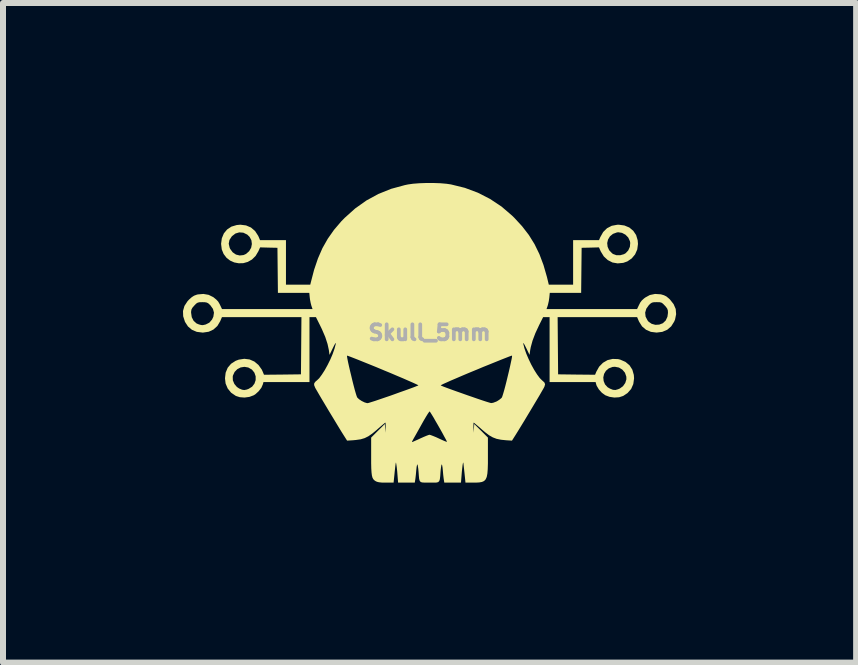
<source format=kicad_pcb>
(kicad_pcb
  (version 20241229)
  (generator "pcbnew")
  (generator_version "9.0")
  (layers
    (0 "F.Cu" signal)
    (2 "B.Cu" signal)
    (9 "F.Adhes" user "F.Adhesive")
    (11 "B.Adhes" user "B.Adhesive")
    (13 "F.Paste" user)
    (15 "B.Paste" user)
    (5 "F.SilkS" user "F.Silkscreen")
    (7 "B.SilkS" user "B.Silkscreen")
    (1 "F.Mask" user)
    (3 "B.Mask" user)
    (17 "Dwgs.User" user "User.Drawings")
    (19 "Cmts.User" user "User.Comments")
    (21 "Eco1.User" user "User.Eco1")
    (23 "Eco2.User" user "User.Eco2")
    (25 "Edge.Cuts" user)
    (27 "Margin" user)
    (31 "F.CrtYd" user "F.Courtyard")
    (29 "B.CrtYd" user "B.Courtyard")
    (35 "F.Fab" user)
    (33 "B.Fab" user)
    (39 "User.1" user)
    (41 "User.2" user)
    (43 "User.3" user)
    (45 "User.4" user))
  (footprint "Skull_5mm"
    (layer "F.Cu")
    (at 4.109 2.493)
    (property "Reference" "Skull_5mm" (at 0 0 0) (layer "F.Fab") (effects (font (size 0.25 0.25) (thickness 0.3))))
    (attr board_only exclude_from_pos_files exclude_from_bom)
    (fp_poly (pts (xy 0.066 -2.493) (xy 0.181 -2.489) (xy 0.284 -2.48) (xy 0.358 -2.469) (xy 0.589 -2.412) (xy 0.806 -2.331) (xy 1.009 -2.227) (xy 1.199 -2.101) (xy 1.375 -1.95) (xy 1.413 -1.913) (xy 1.543 -1.772) (xy 1.655 -1.627) (xy 1.75 -1.474) (xy 1.831 -1.308) (xy 1.899 -1.127) (xy 1.957 -0.926) (xy 1.979 -0.835) (xy 1.988 -0.798) (xy 2.393 -0.798) (xy 2.393 -1.492) (xy 2.961 -1.492) (xy 2.968 -1.43) (xy 2.994 -1.372) (xy 3.042 -1.322) (xy 3.058 -1.31) (xy 3.113 -1.29) (xy 3.177 -1.289) (xy 3.239 -1.306) (xy 3.269 -1.323) (xy 3.312 -1.369) (xy 3.339 -1.429) (xy 3.345 -1.494) (xy 3.34 -1.523) (xy 3.312 -1.584) (xy 3.266 -1.631) (xy 3.208 -1.662) (xy 3.145 -1.672) (xy 3.123 -1.669) (xy 3.057 -1.645) (xy 3.007 -1.604) (xy 2.975 -1.551) (xy 2.961 -1.492) (xy 2.393 -1.492) (xy 2.393 -1.541) (xy 2.825 -1.541) (xy 2.846 -1.591) (xy 2.894 -1.676) (xy 2.958 -1.739) (xy 3.037 -1.78) (xy 3.129 -1.797) (xy 3.153 -1.798) (xy 3.248 -1.785) (xy 3.33 -1.751) (xy 3.395 -1.697) (xy 3.443 -1.626) (xy 3.469 -1.539) (xy 3.474 -1.477) (xy 3.462 -1.385) (xy 3.426 -1.303) (xy 3.37 -1.236) (xy 3.297 -1.186) (xy 3.229 -1.162) (xy 3.136 -1.153) (xy 3.049 -1.168) (xy 2.971 -1.208) (xy 2.905 -1.269) (xy 2.855 -1.35) (xy 2.852 -1.356) (xy 2.824 -1.42) (xy 2.679 -1.416) (xy 2.535 -1.413) (xy 2.531 -1.037) (xy 2.527 -0.662) (xy 2.004 -0.662) (xy 1.996 -0.582) (xy 1.988 -0.527) (xy 1.976 -0.473) (xy 1.969 -0.447) (xy 1.95 -0.392) (xy 3.459 -0.392) (xy 3.486 -0.449) (xy 3.511 -0.499) (xy 3.537 -0.534) (xy 3.573 -0.567) (xy 3.597 -0.585) (xy 3.672 -0.626) (xy 3.759 -0.644) (xy 3.85 -0.638) (xy 3.861 -0.636) (xy 3.908 -0.622) (xy 3.948 -0.602) (xy 3.989 -0.568) (xy 4.008 -0.55) (xy 4.068 -0.474) (xy 4.103 -0.393) (xy 4.11 -0.306) (xy 4.092 -0.217) (xy 4.077 -0.182) (xy 4.028 -0.104) (xy 3.962 -0.047) (xy 3.88 -0.012) (xy 3.785 -0.000005) (xy 3.783 0) (xy 3.689 -0.012) (xy 3.608 -0.047) (xy 3.542 -0.103) (xy 3.493 -0.181) (xy 3.489 -0.189) (xy 3.46 -0.257) (xy 2.135 -0.257) (xy 2.139 0.22) (xy 2.143 0.696) (xy 2.451 0.7) (xy 2.759 0.703) (xy 2.78 0.652) (xy 2.827 0.568) (xy 2.891 0.503) (xy 2.967 0.459) (xy 3.052 0.439) (xy 3.142 0.442) (xy 3.179 0.451) (xy 3.266 0.489) (xy 3.333 0.545) (xy 3.38 0.618) (xy 3.405 0.706) (xy 3.409 0.763) (xy 3.396 0.858) (xy 3.36 0.94) (xy 3.3 1.008) (xy 3.228 1.056) (xy 3.16 1.078) (xy 3.08 1.083) (xy 3 1.071) (xy 2.93 1.045) (xy 2.872 1.003) (xy 2.822 0.947) (xy 2.786 0.887) (xy 2.777 0.86) (xy 2.768 0.825) (xy 2.001 0.825) (xy 2.001 0.748) (xy 2.896 0.748) (xy 2.902 0.808) (xy 2.925 0.864) (xy 2.968 0.911) (xy 3.007 0.934) (xy 3.057 0.954) (xy 3.098 0.957) (xy 3.142 0.945) (xy 3.172 0.932) (xy 3.224 0.894) (xy 3.262 0.84) (xy 3.281 0.779) (xy 3.28 0.735) (xy 3.257 0.669) (xy 3.214 0.618) (xy 3.157 0.583) (xy 3.09 0.57) (xy 3.05 0.573) (xy 2.987 0.597) (xy 2.94 0.637) (xy 2.909 0.689) (xy 2.896 0.748) (xy 2.001 0.748) (xy 2.001 -0.257) (xy 1.893 -0.257) (xy 1.827 -0.125) (xy 1.764 0.01) (xy 1.717 0.134) (xy 1.687 0.243) (xy 1.678 0.291) (xy 1.667 0.372) (xy 1.611 0.257) (xy 1.585 0.206) (xy 1.569 0.179) (xy 1.562 0.175) (xy 1.563 0.189) (xy 1.582 0.264) (xy 1.612 0.35) (xy 1.651 0.441) (xy 1.695 0.533) (xy 1.743 0.62) (xy 1.791 0.696) (xy 1.837 0.758) (xy 1.878 0.799) (xy 1.88 0.8) (xy 1.914 0.831) (xy 1.926 0.861) (xy 1.916 0.898) (xy 1.907 0.917) (xy 1.893 0.942) (xy 1.867 0.987) (xy 1.832 1.048) (xy 1.789 1.12) (xy 1.74 1.202) (xy 1.688 1.289) (xy 1.635 1.377) (xy 1.583 1.464) (xy 1.534 1.544) (xy 1.49 1.616) (xy 1.454 1.674) (xy 1.433 1.708) (xy 1.374 1.801) (xy 1.279 1.795) (xy 1.191 1.786) (xy 1.118 1.771) (xy 1.055 1.747) (xy 0.992 1.711) (xy 0.924 1.659) (xy 0.879 1.621) (xy 0.829 1.577) (xy 0.785 1.54) (xy 0.754 1.514) (xy 0.737 1.501) (xy 0.736 1.5) (xy 0.733 1.513) (xy 0.732 1.545) (xy 0.732 1.585) (xy 0.735 1.669) (xy 0.74 1.596) (xy 0.745 1.523) (xy 0.859 1.636) (xy 0.973 1.75) (xy 0.973 2.058) (xy 0.973 2.179) (xy 0.97 2.276) (xy 0.964 2.351) (xy 0.953 2.407) (xy 0.935 2.447) (xy 0.909 2.474) (xy 0.873 2.49) (xy 0.826 2.498) (xy 0.766 2.501) (xy 0.726 2.501) (xy 0.599 2.501) (xy 0.582 2.335) (xy 0.575 2.272) (xy 0.569 2.219) (xy 0.565 2.182) (xy 0.562 2.166) (xy 0.561 2.166) (xy 0.557 2.175) (xy 0.551 2.207) (xy 0.545 2.259) (xy 0.538 2.326) (xy 0.533 2.389) (xy 0.524 2.501) (xy 0.246 2.501) (xy 0.239 2.457) (xy 0.234 2.422) (xy 0.228 2.371) (xy 0.223 2.313) (xy 0.222 2.302) (xy 0.217 2.252) (xy 0.211 2.215) (xy 0.205 2.197) (xy 0.203 2.197) (xy 0.197 2.212) (xy 0.191 2.248) (xy 0.185 2.298) (xy 0.183 2.321) (xy 0.178 2.394) (xy 0.172 2.444) (xy 0.162 2.475) (xy 0.143 2.493) (xy 0.112 2.5) (xy 0.063 2.501) (xy 0 2.501) (xy -0.068 2.501) (xy -0.115 2.499) (xy -0.145 2.492) (xy -0.163 2.473) (xy -0.173 2.44) (xy -0.178 2.389) (xy -0.183 2.321) (xy -0.188 2.268) (xy -0.195 2.225) (xy -0.2 2.2) (xy -0.203 2.197) (xy -0.208 2.206) (xy -0.215 2.237) (xy -0.22 2.283) (xy -0.222 2.302) (xy -0.227 2.36) (xy -0.233 2.414) (xy -0.238 2.452) (xy -0.239 2.457) (xy -0.246 2.501) (xy -0.524 2.501) (xy -0.533 2.389) (xy -0.539 2.312) (xy -0.546 2.248) (xy -0.553 2.2) (xy -0.558 2.171) (xy -0.561 2.166) (xy -0.564 2.18) (xy -0.569 2.216) (xy -0.575 2.268) (xy -0.582 2.331) (xy -0.582 2.335) (xy -0.599 2.501) (xy -0.728 2.501) (xy -0.795 2.5) (xy -0.842 2.495) (xy -0.876 2.487) (xy -0.901 2.475) (xy -0.922 2.46) (xy -0.939 2.441) (xy -0.952 2.415) (xy -0.961 2.379) (xy -0.967 2.33) (xy -0.971 2.264) (xy -0.973 2.178) (xy -0.973 2.069) (xy -0.973 2.056) (xy -0.973 1.824) (xy -0.293 1.824) (xy -0.292 1.825) (xy -0.277 1.82) (xy -0.243 1.805) (xy -0.195 1.784) (xy -0.153 1.764) (xy -0.097 1.739) (xy -0.049 1.719) (xy -0.013 1.706) (xy 0 1.703) (xy 0.021 1.709) (xy 0.061 1.724) (xy 0.112 1.745) (xy 0.155 1.765) (xy 0.209 1.79) (xy 0.253 1.809) (xy 0.282 1.82) (xy 0.29 1.822) (xy 0.286 1.809) (xy 0.27 1.777) (xy 0.244 1.73) (xy 0.213 1.672) (xy 0.177 1.608) (xy 0.139 1.541) (xy 0.101 1.476) (xy 0.067 1.416) (xy 0.037 1.367) (xy 0.015 1.332) (xy 0.003 1.315) (xy 0.002 1.314) (xy -0.008 1.324) (xy -0.029 1.354) (xy -0.058 1.401) (xy -0.093 1.46) (xy -0.129 1.524) (xy -0.169 1.596) (xy -0.206 1.662) (xy -0.238 1.719) (xy -0.262 1.761) (xy -0.273 1.781) (xy -0.288 1.809) (xy -0.293 1.824) (xy -0.973 1.824) (xy -0.973 1.75) (xy -0.859 1.636) (xy -0.745 1.523) (xy -0.74 1.596) (xy -0.735 1.669) (xy -0.732 1.585) (xy -0.732 1.541) (xy -0.733 1.511) (xy -0.736 1.5) (xy -0.748 1.509) (xy -0.776 1.532) (xy -0.816 1.566) (xy -0.866 1.609) (xy -0.879 1.621) (xy -0.954 1.683) (xy -1.019 1.728) (xy -1.081 1.759) (xy -1.148 1.779) (xy -1.226 1.79) (xy -1.279 1.795) (xy -1.374 1.801) (xy -1.433 1.708) (xy -1.462 1.662) (xy -1.5 1.6) (xy -1.545 1.526) (xy -1.595 1.443) (xy -1.648 1.356) (xy -1.701 1.268) (xy -1.752 1.182) (xy -1.8 1.102) (xy -1.841 1.032) (xy -1.874 0.975) (xy -1.898 0.934) (xy -1.907 0.917) (xy -1.924 0.874) (xy -1.921 0.843) (xy -1.897 0.813) (xy -1.88 0.8) (xy -1.839 0.761) (xy -1.794 0.7) (xy -1.746 0.625) (xy -1.698 0.538) (xy -1.653 0.447) (xy -1.626 0.384) (xy -1.375 0.384) (xy -1.375 0.399) (xy -1.369 0.437) (xy -1.358 0.492) (xy -1.343 0.56) (xy -1.325 0.638) (xy -1.305 0.72) (xy -1.285 0.804) (xy -1.265 0.883) (xy -1.246 0.955) (xy -1.229 1.014) (xy -1.215 1.058) (xy -1.206 1.08) (xy -1.206 1.081) (xy -1.175 1.111) (xy -1.131 1.14) (xy -1.082 1.164) (xy -1.041 1.176) (xy -1.033 1.176) (xy -1.013 1.172) (xy -0.972 1.159) (xy -0.911 1.14) (xy -0.835 1.114) (xy -0.747 1.084) (xy -0.65 1.051) (xy -0.6 1.033) (xy -0.501 0.997) (xy -0.41 0.965) (xy -0.33 0.936) (xy -0.265 0.912) (xy -0.217 0.893) (xy -0.191 0.883) (xy -0.186 0.88) (xy -0.186 0.88) (xy 0.186 0.88) (xy 0.186 0.88) (xy 0.202 0.888) (xy 0.241 0.904) (xy 0.297 0.925) (xy 0.368 0.951) (xy 0.449 0.98) (xy 0.537 1.011) (xy 0.627 1.043) (xy 0.717 1.074) (xy 0.803 1.104) (xy 0.88 1.13) (xy 0.944 1.151) (xy 0.993 1.166) (xy 1.022 1.174) (xy 1.028 1.175) (xy 1.06 1.17) (xy 1.103 1.154) (xy 1.122 1.146) (xy 1.163 1.12) (xy 1.197 1.092) (xy 1.206 1.081) (xy 1.214 1.061) (xy 1.227 1.02) (xy 1.244 0.962) (xy 1.263 0.891) (xy 1.283 0.812) (xy 1.303 0.729) (xy 1.323 0.646) (xy 1.341 0.568) (xy 1.356 0.498) (xy 1.368 0.442) (xy 1.375 0.402) (xy 1.375 0.384) (xy 1.375 0.384) (xy 1.362 0.387) (xy 1.326 0.4) (xy 1.27 0.422) (xy 1.196 0.451) (xy 1.107 0.487) (xy 1.006 0.528) (xy 0.894 0.573) (xy 0.775 0.623) (xy 0.772 0.624) (xy 0.653 0.673) (xy 0.542 0.72) (xy 0.442 0.763) (xy 0.355 0.8) (xy 0.284 0.832) (xy 0.23 0.856) (xy 0.197 0.873) (xy 0.186 0.88) (xy -0.186 0.88) (xy -0.196 0.873) (xy -0.229 0.857) (xy -0.282 0.833) (xy -0.353 0.802) (xy -0.439 0.764) (xy -0.539 0.722) (xy -0.649 0.675) (xy -0.768 0.626) (xy -0.772 0.624) (xy -0.892 0.574) (xy -1.003 0.529) (xy -1.105 0.488) (xy -1.194 0.452) (xy -1.268 0.423) (xy -1.325 0.401) (xy -1.361 0.388) (xy -1.375 0.384) (xy -1.375 0.384) (xy -1.626 0.384) (xy -1.614 0.355) (xy -1.584 0.269) (xy -1.564 0.193) (xy -1.563 0.189) (xy -1.563 0.174) (xy -1.571 0.181) (xy -1.588 0.211) (xy -1.611 0.257) (xy -1.667 0.372) (xy -1.678 0.291) (xy -1.7 0.19) (xy -1.738 0.073) (xy -1.794 -0.057) (xy -1.827 -0.125) (xy -1.893 -0.257) (xy -2.001 -0.257) (xy -2.001 0.825) (xy -2.768 0.825) (xy -2.777 0.86) (xy -2.803 0.92) (xy -2.848 0.978) (xy -2.903 1.028) (xy -2.93 1.045) (xy -3.002 1.072) (xy -3.083 1.083) (xy -3.162 1.077) (xy -3.228 1.056) (xy -3.307 1.002) (xy -3.364 0.932) (xy -3.399 0.849) (xy -3.409 0.763) (xy -3.406 0.735) (xy -3.28 0.735) (xy -3.278 0.796) (xy -3.253 0.856) (xy -3.211 0.906) (xy -3.173 0.932) (xy -3.125 0.952) (xy -3.088 0.958) (xy -3.047 0.95) (xy -3.015 0.938) (xy -2.957 0.902) (xy -2.918 0.851) (xy -2.898 0.792) (xy -2.898 0.729) (xy -2.919 0.668) (xy -2.961 0.616) (xy -2.962 0.616) (xy -3.021 0.582) (xy -3.085 0.571) (xy -3.148 0.581) (xy -3.204 0.61) (xy -3.249 0.656) (xy -3.277 0.717) (xy -3.28 0.735) (xy -3.406 0.735) (xy -3.398 0.668) (xy -3.364 0.586) (xy -3.308 0.52) (xy -3.232 0.471) (xy -3.179 0.451) (xy -3.087 0.437) (xy -2.999 0.448) (xy -2.919 0.483) (xy -2.851 0.54) (xy -2.796 0.617) (xy -2.78 0.652) (xy -2.759 0.703) (xy -2.451 0.7) (xy -2.143 0.696) (xy -2.139 0.22) (xy -2.135 -0.257) (xy -3.46 -0.257) (xy -3.489 -0.189) (xy -3.536 -0.11) (xy -3.601 -0.051) (xy -3.68 -0.014) (xy -3.774 -0.000105) (xy -3.783 0) (xy -3.879 -0.012) (xy -3.96 -0.046) (xy -4.026 -0.102) (xy -4.077 -0.18) (xy -4.077 -0.182) (xy -4.106 -0.272) (xy -4.108 -0.331) (xy -3.974 -0.331) (xy -3.963 -0.256) (xy -3.932 -0.196) (xy -3.883 -0.152) (xy -3.844 -0.136) (xy -3.807 -0.126) (xy -3.78 -0.124) (xy -3.747 -0.131) (xy -3.73 -0.135) (xy -3.67 -0.165) (xy -3.625 -0.217) (xy -3.603 -0.264) (xy -3.593 -0.331) (xy -3.593 -0.333) (xy 3.594 -0.333) (xy 3.601 -0.266) (xy 3.634 -0.202) (xy 3.651 -0.181) (xy 3.702 -0.146) (xy 3.764 -0.129) (xy 3.829 -0.133) (xy 3.889 -0.156) (xy 3.89 -0.157) (xy 3.936 -0.201) (xy 3.965 -0.263) (xy 3.974 -0.328) (xy 3.972 -0.369) (xy 3.961 -0.4) (xy 3.937 -0.433) (xy 3.921 -0.45) (xy 3.89 -0.482) (xy 3.865 -0.499) (xy 3.835 -0.506) (xy 3.789 -0.507) (xy 3.786 -0.507) (xy 3.739 -0.506) (xy 3.707 -0.499) (xy 3.681 -0.482) (xy 3.656 -0.458) (xy 3.613 -0.398) (xy 3.594 -0.333) (xy -3.593 -0.333) (xy -3.61 -0.395) (xy -3.653 -0.455) (xy -3.656 -0.458) (xy -3.686 -0.486) (xy -3.712 -0.5) (xy -3.745 -0.506) (xy -3.786 -0.507) (xy -3.833 -0.506) (xy -3.863 -0.499) (xy -3.889 -0.483) (xy -3.919 -0.452) (xy -3.921 -0.45) (xy -3.953 -0.413) (xy -3.969 -0.382) (xy -3.974 -0.347) (xy -3.974 -0.331) (xy -4.108 -0.331) (xy -4.109 -0.36) (xy -4.085 -0.444) (xy -4.034 -0.522) (xy -4.008 -0.55) (xy -3.963 -0.59) (xy -3.924 -0.615) (xy -3.881 -0.631) (xy -3.861 -0.636) (xy -3.769 -0.644) (xy -3.682 -0.629) (xy -3.605 -0.591) (xy -3.597 -0.585) (xy -3.553 -0.549) (xy -3.523 -0.517) (xy -3.499 -0.476) (xy -3.486 -0.449) (xy -3.459 -0.392) (xy -1.95 -0.392) (xy -1.969 -0.447) (xy -1.981 -0.493) (xy -1.992 -0.55) (xy -1.996 -0.582) (xy -2.004 -0.662) (xy -2.527 -0.662) (xy -2.531 -1.037) (xy -2.535 -1.413) (xy -2.679 -1.416) (xy -2.824 -1.42) (xy -2.852 -1.356) (xy -2.899 -1.277) (xy -2.959 -1.218) (xy -3.029 -1.178) (xy -3.103 -1.157) (xy -3.18 -1.155) (xy -3.255 -1.169) (xy -3.324 -1.2) (xy -3.384 -1.247) (xy -3.432 -1.31) (xy -3.463 -1.386) (xy -3.474 -1.477) (xy -3.474 -1.481) (xy -3.347 -1.481) (xy -3.332 -1.416) (xy -3.323 -1.395) (xy -3.281 -1.338) (xy -3.226 -1.3) (xy -3.164 -1.285) (xy -3.1 -1.292) (xy -3.058 -1.311) (xy -3.006 -1.357) (xy -2.973 -1.414) (xy -2.961 -1.476) (xy -2.969 -1.539) (xy -2.999 -1.595) (xy -3.038 -1.633) (xy -3.104 -1.665) (xy -3.171 -1.67) (xy -3.235 -1.651) (xy -3.292 -1.607) (xy -3.296 -1.603) (xy -3.335 -1.543) (xy -3.347 -1.481) (xy -3.474 -1.481) (xy -3.462 -1.571) (xy -3.428 -1.653) (xy -3.374 -1.718) (xy -3.302 -1.766) (xy -3.215 -1.792) (xy -3.153 -1.798) (xy -3.058 -1.786) (xy -2.976 -1.751) (xy -2.908 -1.693) (xy -2.856 -1.613) (xy -2.846 -1.591) (xy -2.825 -1.541) (xy -2.393 -1.541) (xy -2.393 -0.798) (xy -1.988 -0.798) (xy -1.979 -0.835) (xy -1.924 -1.046) (xy -1.86 -1.235) (xy -1.785 -1.407) (xy -1.696 -1.564) (xy -1.592 -1.712) (xy -1.47 -1.855) (xy -1.413 -1.913) (xy -1.239 -2.069) (xy -1.053 -2.201) (xy -0.853 -2.31) (xy -0.639 -2.396) (xy -0.411 -2.458) (xy -0.358 -2.469) (xy -0.273 -2.481) (xy -0.168 -2.489) (xy -0.053 -2.493)) (stroke (width 0) (type solid)) (fill yes) (layer "F.SilkS")))
  (gr_rect
    (start -3 -3)
    (end 11.219 7.994)
    (stroke (width 0.1) (type default))
    (fill no)
    (layer "Edge.Cuts")))
</source>
